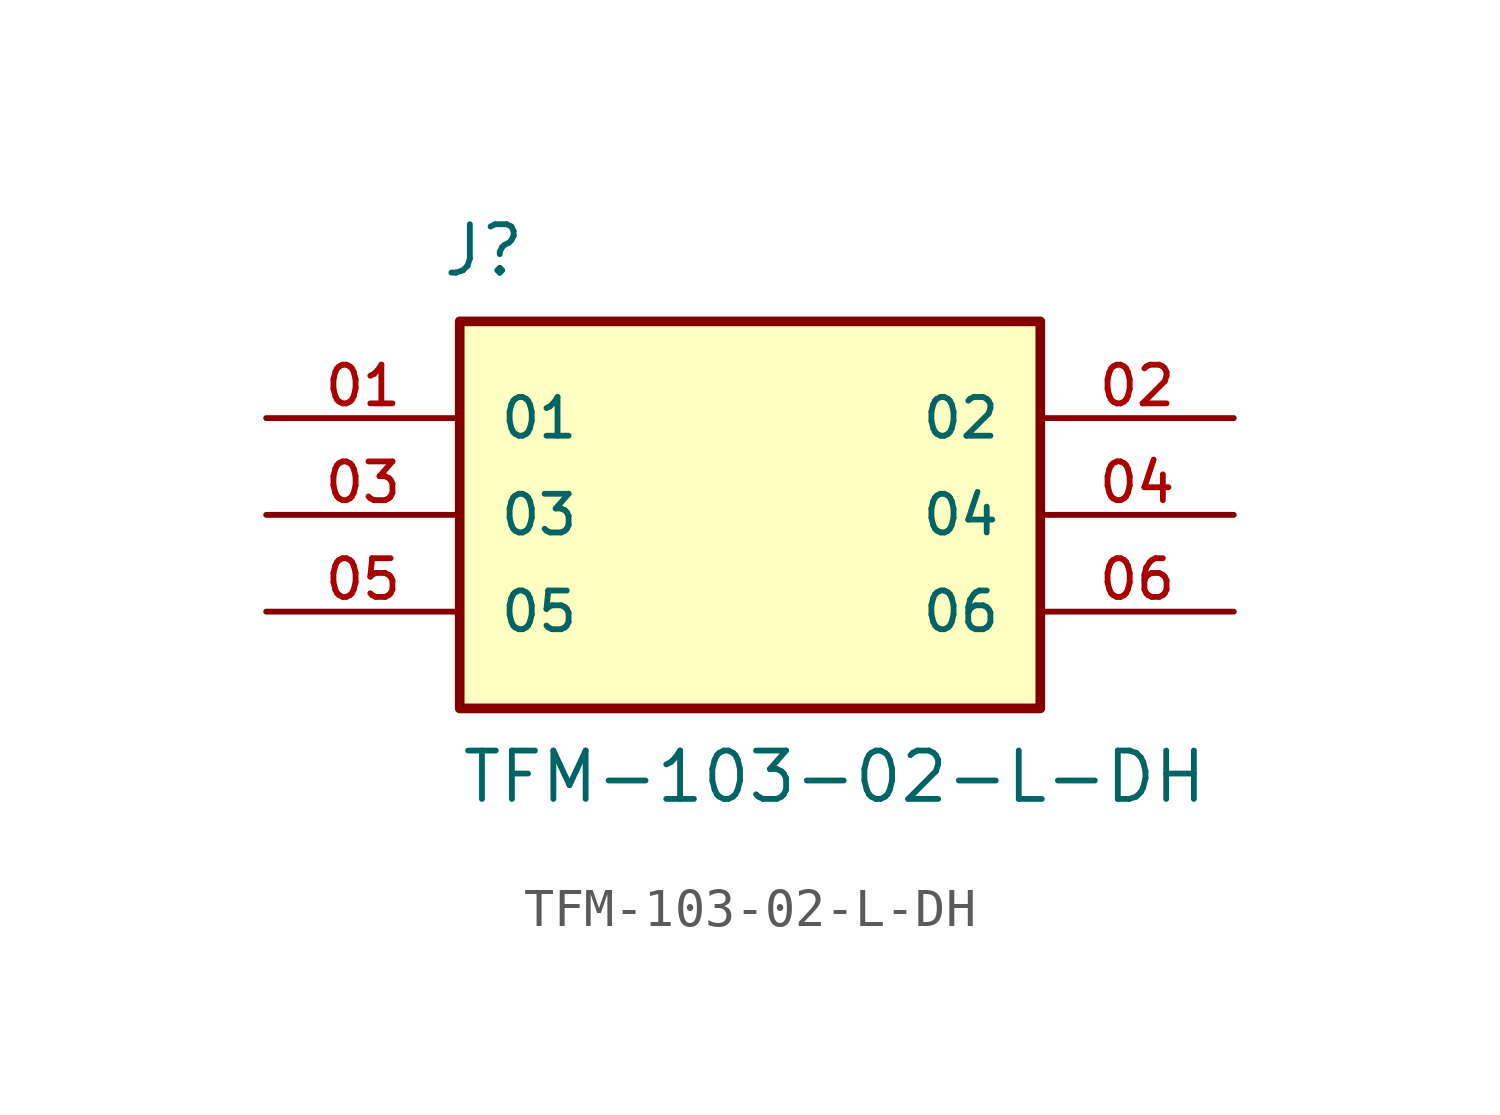
<source format=kicad_sym>
(kicad_symbol_lib
  (version 20211014)
  (generator kicad_symbol_editor)
  (symbol "TFM-103-02-L-DH"
    (pin_names
      (offset 1.016))
    (property "Reference" "J"
      (at -8.12 6.196 0)
      (effects (font (size 1.27 1.27)) (justify bottom left)))
    (property "Value" "TFM-103-02-L-DH"
      (at -7.62 -7.62 0)
      (effects (font (size 1.27 1.27)) (justify bottom left)))
    (symbol "TFM-103-02-L-DH_0_0"
      (rectangle (start -7.62 -5.08) (end 7.62 5.08) (stroke (width 0.254)) (fill (type background)))
      (pin passive line (at -12.7 2.54 0) (length 5.08) (name "01" (effects (font (size 1.016 1.016)))) (number "01" (effects (font (size 1.016 1.016)))))
      (pin passive line (at 12.7 2.54 180.0) (length 5.08) (name "02" (effects (font (size 1.016 1.016)))) (number "02" (effects (font (size 1.016 1.016)))))
      (pin passive line (at -12.7 0.0 0) (length 5.08) (name "03" (effects (font (size 1.016 1.016)))) (number "03" (effects (font (size 1.016 1.016)))))
      (pin passive line (at 12.7 0.0 180.0) (length 5.08) (name "04" (effects (font (size 1.016 1.016)))) (number "04" (effects (font (size 1.016 1.016)))))
      (pin passive line (at -12.7 -2.54 0) (length 5.08) (name "05" (effects (font (size 1.016 1.016)))) (number "05" (effects (font (size 1.016 1.016)))))
      (pin passive line (at 12.7 -2.54 180.0) (length 5.08) (name "06" (effects (font (size 1.016 1.016)))) (number "06" (effects (font (size 1.016 1.016))))))))
</source>
